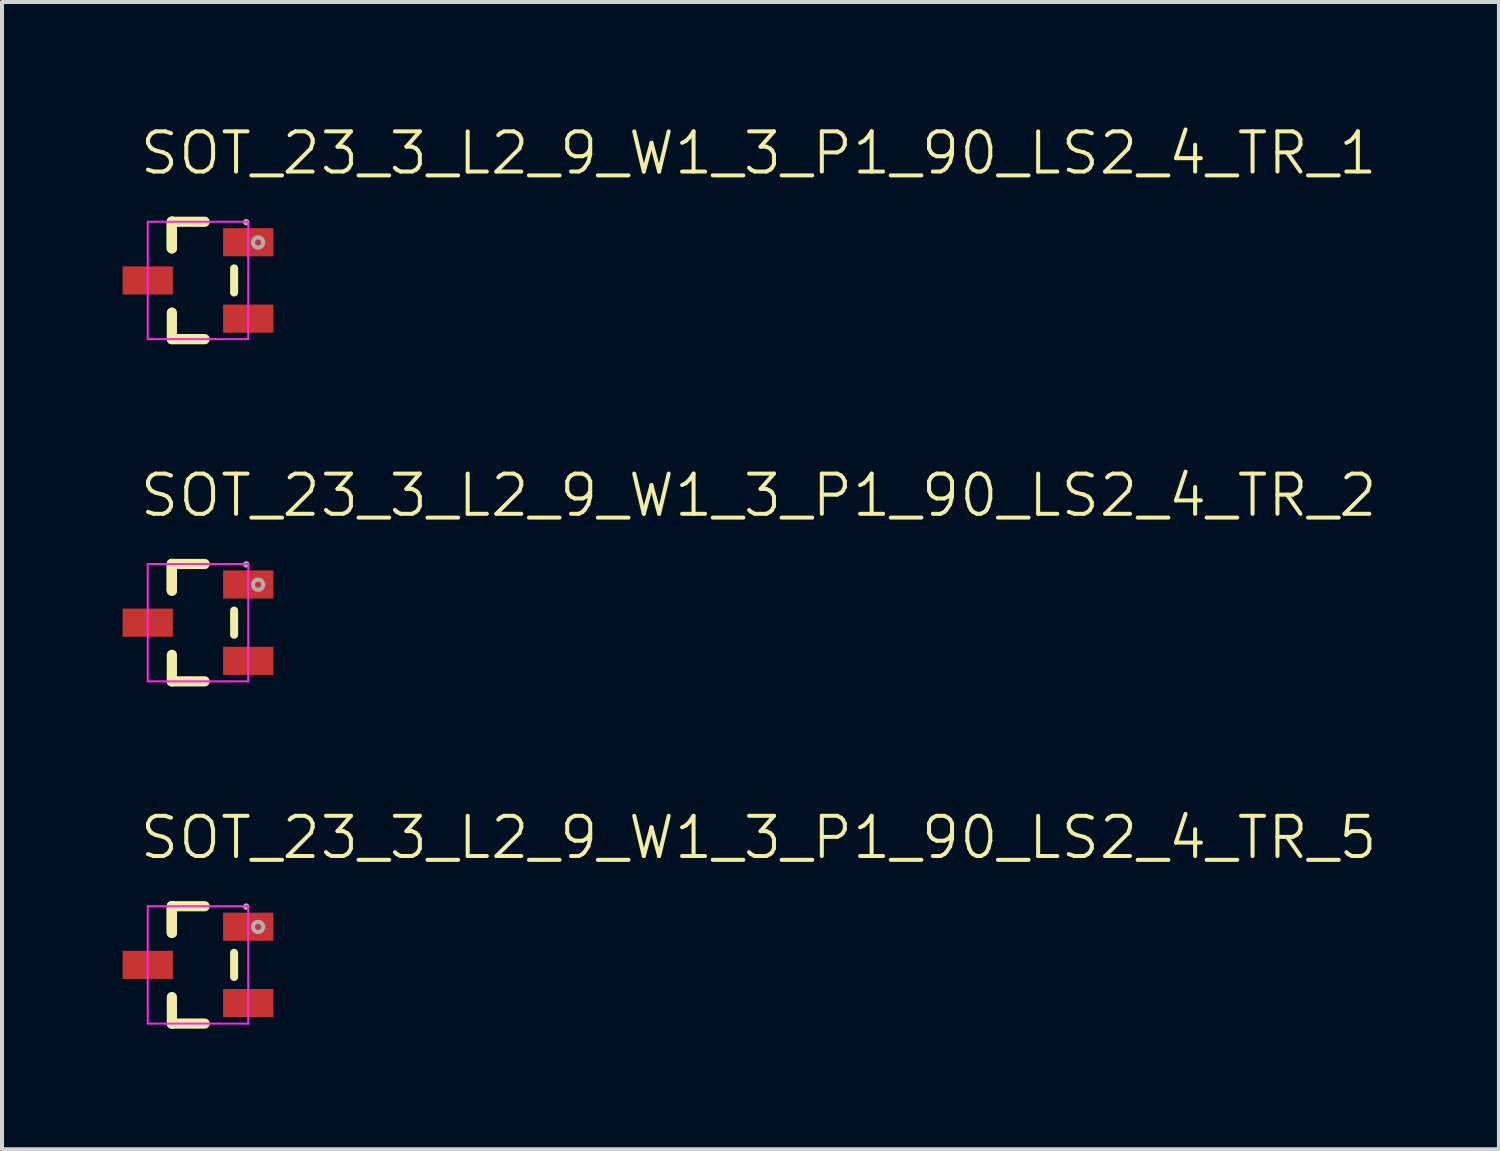
<source format=kicad_pcb>
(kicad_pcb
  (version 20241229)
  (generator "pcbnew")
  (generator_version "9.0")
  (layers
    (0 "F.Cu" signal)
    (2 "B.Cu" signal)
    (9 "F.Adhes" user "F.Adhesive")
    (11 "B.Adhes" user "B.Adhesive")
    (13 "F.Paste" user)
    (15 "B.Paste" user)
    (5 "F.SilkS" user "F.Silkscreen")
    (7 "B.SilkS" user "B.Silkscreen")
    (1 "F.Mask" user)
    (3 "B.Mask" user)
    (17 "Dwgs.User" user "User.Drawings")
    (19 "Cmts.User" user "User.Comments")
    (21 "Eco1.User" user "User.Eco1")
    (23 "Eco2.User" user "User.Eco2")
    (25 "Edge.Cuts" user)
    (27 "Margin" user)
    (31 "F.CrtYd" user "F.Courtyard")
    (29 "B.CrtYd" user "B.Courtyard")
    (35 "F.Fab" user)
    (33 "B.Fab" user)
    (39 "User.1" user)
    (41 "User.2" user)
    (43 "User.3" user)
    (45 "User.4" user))
  (footprint "SOT_23_3_L2_9_W1_3_P1_90_LS2_4_TR_2"
    (layer "F.Cu")
    (at 1.875 12.439)
    (property "Reference" "SOT_23_3_L2_9_W1_3_P1_90_LS2_4_TR_2" (at -1.5 -3.166 0) (layer "F.SilkS") (effects (font (size 1 1) (thickness 0.1)) (justify left)))
    (fp_line (start -0.65 -1.46) (end -0.65 -0.8) (stroke (width 0.254) (type solid)) (layer "F.SilkS"))
    (fp_line (start -0.65 -1.46) (end 0.165 -1.46) (stroke (width 0.254) (type solid)) (layer "F.SilkS"))
    (fp_line (start -0.65 -0.8) (end -0.65 -1.46) (stroke (width 0.254) (type solid)) (layer "F.SilkS"))
    (fp_line (start -0.65 -0.8) (end -0.65 -1.46) (stroke (width 0.254) (type solid)) (layer "F.SilkS"))
    (fp_line (start -0.65 1.46) (end -0.65 0.8) (stroke (width 0.254) (type solid)) (layer "F.SilkS"))
    (fp_line (start 0.165 1.46) (end -0.65 1.46) (stroke (width 0.254) (type solid)) (layer "F.SilkS"))
    (fp_line (start 0.899 0.3) (end 0.899 -0.3) (stroke (width 0.2) (type solid)) (layer "F.SilkS"))
    (fp_line (start -1.25 -1.46) (end -1.25 1.46) (stroke (width 0.05) (type solid)) (layer "F.CrtYd"))
    (fp_line (start -1.25 1.46) (end 1.25 1.46) (stroke (width 0.05) (type solid)) (layer "F.CrtYd"))
    (fp_line (start 1.25 -1.46) (end -1.25 -1.46) (stroke (width 0.05) (type solid)) (layer "F.CrtYd"))
    (fp_line (start 1.25 1.46) (end 1.25 -1.46) (stroke (width 0.05) (type solid)) (layer "F.CrtYd"))
    (fp_poly (pts (xy 1.23 -1.45) (xy 1.229 -1.456) (xy 1.227 -1.461) (xy 1.224 -1.467) (xy 1.221 -1.471) (xy 1.216 -1.475) (xy 1.211 -1.478) (xy 1.205 -1.479) (xy 1.2 -1.48) (xy 1.194 -1.479) (xy 1.188 -1.478) (xy 1.183 -1.475) (xy 1.178 -1.471) (xy 1.175 -1.467) (xy 1.172 -1.461) (xy 1.17 -1.456) (xy 1.169 -1.45) (xy 1.17 -1.444) (xy 1.172 -1.439) (xy 1.175 -1.433) (xy 1.178 -1.429) (xy 1.183 -1.425) (xy 1.188 -1.422) (xy 1.194 -1.421) (xy 1.2 -1.42) (xy 1.205 -1.421) (xy 1.211 -1.422) (xy 1.216 -1.425) (xy 1.221 -1.429) (xy 1.224 -1.433) (xy 1.227 -1.439) (xy 1.229 -1.444)) (stroke (width 0.1) (type solid)) (fill no) (layer "F.Fab"))
    (fp_poly (pts (xy 1.623 -0.945) (xy 1.62 -0.97) (xy 1.613 -0.994) (xy 1.601 -1.016) (xy 1.585 -1.035) (xy 1.566 -1.051) (xy 1.544 -1.062) (xy 1.52 -1.07) (xy 1.496 -1.072) (xy 1.471 -1.07) (xy 1.447 -1.062) (xy 1.425 -1.051) (xy 1.406 -1.035) (xy 1.39 -1.016) (xy 1.378 -0.994) (xy 1.371 -0.97) (xy 1.369 -0.945) (xy 1.371 -0.92) (xy 1.378 -0.896) (xy 1.39 -0.874) (xy 1.406 -0.855) (xy 1.425 -0.839) (xy 1.447 -0.828) (xy 1.471 -0.82) (xy 1.496 -0.818) (xy 1.52 -0.82) (xy 1.544 -0.828) (xy 1.566 -0.839) (xy 1.585 -0.855) (xy 1.601 -0.874) (xy 1.613 -0.896) (xy 1.62 -0.92)) (stroke (width 0.1) (type solid)) (fill no) (layer "F.Fab"))
    (pad "1" smd rect (at 1.25 -0.95 270) (size 0.7 1.25) (layers "F.Cu" "F.Mask" "F.Paste"))
    (pad "2" smd rect (at 1.25 0.95 270) (size 0.7 1.25) (layers "F.Cu" "F.Mask" "F.Paste"))
    (pad "3" smd rect (at -1.25 0 270) (size 0.7 1.25) (layers "F.Cu" "F.Mask" "F.Paste")))
  (footprint "SOT_23_3_L2_9_W1_3_P1_90_LS2_4_TR_5"
    (layer "F.Cu")
    (at 1.875 20.952)
    (property "Reference" "SOT_23_3_L2_9_W1_3_P1_90_LS2_4_TR_5" (at -1.5 -3.166 0) (layer "F.SilkS") (effects (font (size 1 1) (thickness 0.1)) (justify left)))
    (fp_line (start -0.65 -1.46) (end -0.65 -0.8) (stroke (width 0.254) (type solid)) (layer "F.SilkS"))
    (fp_line (start -0.65 -1.46) (end 0.165 -1.46) (stroke (width 0.254) (type solid)) (layer "F.SilkS"))
    (fp_line (start -0.65 -0.8) (end -0.65 -1.46) (stroke (width 0.254) (type solid)) (layer "F.SilkS"))
    (fp_line (start -0.65 -0.8) (end -0.65 -1.46) (stroke (width 0.254) (type solid)) (layer "F.SilkS"))
    (fp_line (start -0.65 1.46) (end -0.65 0.8) (stroke (width 0.254) (type solid)) (layer "F.SilkS"))
    (fp_line (start 0.165 1.46) (end -0.65 1.46) (stroke (width 0.254) (type solid)) (layer "F.SilkS"))
    (fp_line (start 0.899 0.3) (end 0.899 -0.3) (stroke (width 0.2) (type solid)) (layer "F.SilkS"))
    (fp_line (start -1.25 -1.46) (end -1.25 1.46) (stroke (width 0.05) (type solid)) (layer "F.CrtYd"))
    (fp_line (start -1.25 1.46) (end 1.25 1.46) (stroke (width 0.05) (type solid)) (layer "F.CrtYd"))
    (fp_line (start 1.25 -1.46) (end -1.25 -1.46) (stroke (width 0.05) (type solid)) (layer "F.CrtYd"))
    (fp_line (start 1.25 1.46) (end 1.25 -1.46) (stroke (width 0.05) (type solid)) (layer "F.CrtYd"))
    (fp_poly (pts (xy 1.23 -1.45) (xy 1.229 -1.456) (xy 1.227 -1.461) (xy 1.224 -1.467) (xy 1.221 -1.471) (xy 1.216 -1.475) (xy 1.211 -1.478) (xy 1.205 -1.479) (xy 1.2 -1.48) (xy 1.194 -1.479) (xy 1.188 -1.478) (xy 1.183 -1.475) (xy 1.178 -1.471) (xy 1.175 -1.467) (xy 1.172 -1.461) (xy 1.17 -1.456) (xy 1.169 -1.45) (xy 1.17 -1.444) (xy 1.172 -1.439) (xy 1.175 -1.433) (xy 1.178 -1.429) (xy 1.183 -1.425) (xy 1.188 -1.422) (xy 1.194 -1.421) (xy 1.2 -1.42) (xy 1.205 -1.421) (xy 1.211 -1.422) (xy 1.216 -1.425) (xy 1.221 -1.429) (xy 1.224 -1.433) (xy 1.227 -1.439) (xy 1.229 -1.444)) (stroke (width 0.1) (type solid)) (fill no) (layer "F.Fab"))
    (fp_poly (pts (xy 1.623 -0.945) (xy 1.62 -0.97) (xy 1.613 -0.994) (xy 1.601 -1.016) (xy 1.585 -1.035) (xy 1.566 -1.051) (xy 1.544 -1.062) (xy 1.52 -1.07) (xy 1.496 -1.072) (xy 1.471 -1.07) (xy 1.447 -1.062) (xy 1.425 -1.051) (xy 1.406 -1.035) (xy 1.39 -1.016) (xy 1.378 -0.994) (xy 1.371 -0.97) (xy 1.369 -0.945) (xy 1.371 -0.92) (xy 1.378 -0.896) (xy 1.39 -0.874) (xy 1.406 -0.855) (xy 1.425 -0.839) (xy 1.447 -0.828) (xy 1.471 -0.82) (xy 1.496 -0.818) (xy 1.52 -0.82) (xy 1.544 -0.828) (xy 1.566 -0.839) (xy 1.585 -0.855) (xy 1.601 -0.874) (xy 1.613 -0.896) (xy 1.62 -0.92)) (stroke (width 0.1) (type solid)) (fill no) (layer "F.Fab"))
    (pad "1" smd rect (at 1.25 -0.95 270) (size 0.7 1.25) (layers "F.Cu" "F.Mask" "F.Paste"))
    (pad "2" smd rect (at 1.25 0.95 270) (size 0.7 1.25) (layers "F.Cu" "F.Mask" "F.Paste"))
    (pad "3" smd rect (at -1.25 0 270) (size 0.7 1.25) (layers "F.Cu" "F.Mask" "F.Paste")))
  (footprint "SOT_23_3_L2_9_W1_3_P1_90_LS2_4_TR_1"
    (layer "F.Cu")
    (at 1.875 3.926)
    (property "Reference" "SOT_23_3_L2_9_W1_3_P1_90_LS2_4_TR_1" (at -1.5 -3.166 0) (layer "F.SilkS") (effects (font (size 1 1) (thickness 0.1)) (justify left)))
    (fp_line (start -0.65 -1.46) (end -0.65 -0.8) (stroke (width 0.254) (type solid)) (layer "F.SilkS"))
    (fp_line (start -0.65 -1.46) (end 0.165 -1.46) (stroke (width 0.254) (type solid)) (layer "F.SilkS"))
    (fp_line (start -0.65 -0.8) (end -0.65 -1.46) (stroke (width 0.254) (type solid)) (layer "F.SilkS"))
    (fp_line (start -0.65 -0.8) (end -0.65 -1.46) (stroke (width 0.254) (type solid)) (layer "F.SilkS"))
    (fp_line (start -0.65 1.46) (end -0.65 0.8) (stroke (width 0.254) (type solid)) (layer "F.SilkS"))
    (fp_line (start 0.165 1.46) (end -0.65 1.46) (stroke (width 0.254) (type solid)) (layer "F.SilkS"))
    (fp_line (start 0.899 0.3) (end 0.899 -0.3) (stroke (width 0.2) (type solid)) (layer "F.SilkS"))
    (fp_line (start -1.25 -1.46) (end -1.25 1.46) (stroke (width 0.05) (type solid)) (layer "F.CrtYd"))
    (fp_line (start -1.25 1.46) (end 1.25 1.46) (stroke (width 0.05) (type solid)) (layer "F.CrtYd"))
    (fp_line (start 1.25 -1.46) (end -1.25 -1.46) (stroke (width 0.05) (type solid)) (layer "F.CrtYd"))
    (fp_line (start 1.25 1.46) (end 1.25 -1.46) (stroke (width 0.05) (type solid)) (layer "F.CrtYd"))
    (fp_poly (pts (xy 1.23 -1.45) (xy 1.229 -1.456) (xy 1.227 -1.461) (xy 1.224 -1.467) (xy 1.221 -1.471) (xy 1.216 -1.475) (xy 1.211 -1.478) (xy 1.205 -1.479) (xy 1.2 -1.48) (xy 1.194 -1.479) (xy 1.188 -1.478) (xy 1.183 -1.475) (xy 1.178 -1.471) (xy 1.175 -1.467) (xy 1.172 -1.461) (xy 1.17 -1.456) (xy 1.169 -1.45) (xy 1.17 -1.444) (xy 1.172 -1.439) (xy 1.175 -1.433) (xy 1.178 -1.429) (xy 1.183 -1.425) (xy 1.188 -1.422) (xy 1.194 -1.421) (xy 1.2 -1.42) (xy 1.205 -1.421) (xy 1.211 -1.422) (xy 1.216 -1.425) (xy 1.221 -1.429) (xy 1.224 -1.433) (xy 1.227 -1.439) (xy 1.229 -1.444)) (stroke (width 0.1) (type solid)) (fill no) (layer "F.Fab"))
    (fp_poly (pts (xy 1.623 -0.945) (xy 1.62 -0.97) (xy 1.613 -0.994) (xy 1.601 -1.016) (xy 1.585 -1.035) (xy 1.566 -1.051) (xy 1.544 -1.062) (xy 1.52 -1.07) (xy 1.496 -1.072) (xy 1.471 -1.07) (xy 1.447 -1.062) (xy 1.425 -1.051) (xy 1.406 -1.035) (xy 1.39 -1.016) (xy 1.378 -0.994) (xy 1.371 -0.97) (xy 1.369 -0.945) (xy 1.371 -0.92) (xy 1.378 -0.896) (xy 1.39 -0.874) (xy 1.406 -0.855) (xy 1.425 -0.839) (xy 1.447 -0.828) (xy 1.471 -0.82) (xy 1.496 -0.818) (xy 1.52 -0.82) (xy 1.544 -0.828) (xy 1.566 -0.839) (xy 1.585 -0.855) (xy 1.601 -0.874) (xy 1.613 -0.896) (xy 1.62 -0.92)) (stroke (width 0.1) (type solid)) (fill no) (layer "F.Fab"))
    (pad "1" smd rect (at 1.25 -0.95 270) (size 0.7 1.25) (layers "F.Cu" "F.Mask" "F.Paste"))
    (pad "2" smd rect (at 1.25 0.95 270) (size 0.7 1.25) (layers "F.Cu" "F.Mask" "F.Paste"))
    (pad "3" smd rect (at -1.25 0 270) (size 0.7 1.25) (layers "F.Cu" "F.Mask" "F.Paste")))
  (gr_rect
    (start -3 -3)
    (end 34.236 25.539)
    (stroke (width 0.1) (type default))
    (fill no)
    (layer "Edge.Cuts")))
</source>
